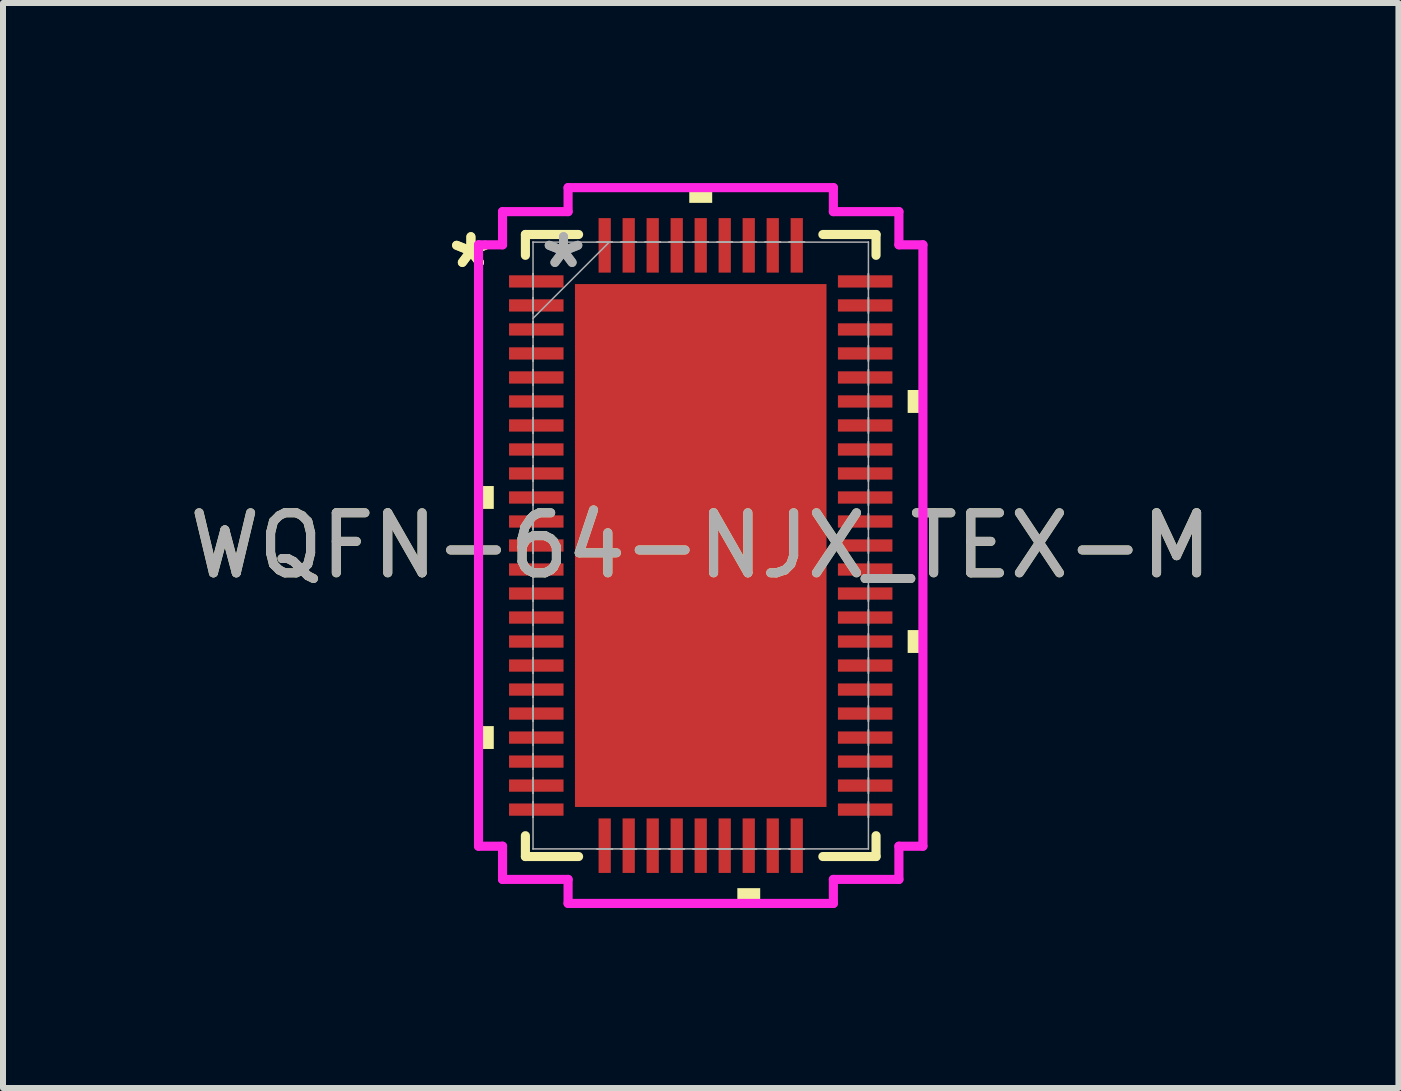
<source format=kicad_pcb>
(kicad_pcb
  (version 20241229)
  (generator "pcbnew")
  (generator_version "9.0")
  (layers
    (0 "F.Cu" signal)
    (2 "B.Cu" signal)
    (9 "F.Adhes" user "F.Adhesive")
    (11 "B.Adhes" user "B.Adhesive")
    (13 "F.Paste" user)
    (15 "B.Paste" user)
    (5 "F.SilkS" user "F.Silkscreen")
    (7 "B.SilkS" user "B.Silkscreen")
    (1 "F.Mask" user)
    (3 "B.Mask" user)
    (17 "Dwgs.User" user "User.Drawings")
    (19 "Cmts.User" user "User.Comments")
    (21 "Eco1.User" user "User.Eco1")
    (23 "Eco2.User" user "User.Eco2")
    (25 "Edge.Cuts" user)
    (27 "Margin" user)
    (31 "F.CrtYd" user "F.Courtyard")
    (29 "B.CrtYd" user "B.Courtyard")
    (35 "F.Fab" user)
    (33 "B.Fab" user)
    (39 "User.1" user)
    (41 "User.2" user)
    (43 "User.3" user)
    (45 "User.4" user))
  (footprint "WQFN-64-NJX_TEX-M"
    (layer "F.Cu")
    (at 8.625 6.039)
    (property "Reference" "WQFN-64-NJX_TEX-M" (at 0 0 0) (unlocked yes) (layer "F.SilkS") (effects (font (size 1 1) (thickness 0.15))))
    (attr smd)
    (fp_line (start -2.921 -5.182) (end -2.921 -4.835) (stroke (width 0.152) (type solid)) (layer "F.SilkS"))
    (fp_line (start -2.921 4.835) (end -2.921 5.182) (stroke (width 0.152) (type solid)) (layer "F.SilkS"))
    (fp_line (start -2.921 5.182) (end -2.035 5.182) (stroke (width 0.152) (type solid)) (layer "F.SilkS"))
    (fp_line (start -2.035 -5.182) (end -2.921 -5.182) (stroke (width 0.152) (type solid)) (layer "F.SilkS"))
    (fp_line (start 2.035 5.182) (end 2.921 5.182) (stroke (width 0.152) (type solid)) (layer "F.SilkS"))
    (fp_line (start 2.921 -5.182) (end 2.035 -5.182) (stroke (width 0.152) (type solid)) (layer "F.SilkS"))
    (fp_line (start 2.921 -4.835) (end 2.921 -5.182) (stroke (width 0.152) (type solid)) (layer "F.SilkS"))
    (fp_line (start 2.921 5.182) (end 2.921 4.835) (stroke (width 0.152) (type solid)) (layer "F.SilkS"))
    (fp_poly (pts (xy -3.702 -0.991) (xy -3.702 -0.61) (xy -3.448 -0.61) (xy -3.448 -0.991)) (stroke (width 0) (type solid)) (fill yes) (layer "F.SilkS"))
    (fp_poly (pts (xy -3.702 3.009) (xy -3.702 3.39) (xy -3.448 3.39) (xy -3.448 3.009)) (stroke (width 0) (type solid)) (fill yes) (layer "F.SilkS"))
    (fp_poly (pts (xy -0.191 -5.709) (xy -0.191 -5.963) (xy 0.191 -5.963) (xy 0.191 -5.709)) (stroke (width 0) (type solid)) (fill yes) (layer "F.SilkS"))
    (fp_poly (pts (xy 0.61 5.709) (xy 0.61 5.963) (xy 0.991 5.963) (xy 0.991 5.709)) (stroke (width 0) (type solid)) (fill yes) (layer "F.SilkS"))
    (fp_poly (pts (xy 3.702 -2.591) (xy 3.702 -2.209) (xy 3.448 -2.209) (xy 3.448 -2.591)) (stroke (width 0) (type solid)) (fill yes) (layer "F.SilkS"))
    (fp_poly (pts (xy 3.702 1.409) (xy 3.702 1.79) (xy 3.448 1.79) (xy 3.448 1.409)) (stroke (width 0) (type solid)) (fill yes) (layer "F.SilkS"))
    (fp_poly (pts (xy -1.996 -4.256) (xy -1.996 -3.004) (xy -0.798 -3.004) (xy -0.798 -4.256)) (stroke (width 0) (type solid)) (fill yes) (layer "F.Paste"))
    (fp_poly (pts (xy -1.996 -2.804) (xy -1.996 -1.552) (xy -0.798 -1.552) (xy -0.798 -2.804)) (stroke (width 0) (type solid)) (fill yes) (layer "F.Paste"))
    (fp_poly (pts (xy -1.996 -1.352) (xy -1.996 -0.1) (xy -0.798 -0.1) (xy -0.798 -1.352)) (stroke (width 0) (type solid)) (fill yes) (layer "F.Paste"))
    (fp_poly (pts (xy -1.996 0.1) (xy -1.996 1.352) (xy -0.798 1.352) (xy -0.798 0.1)) (stroke (width 0) (type solid)) (fill yes) (layer "F.Paste"))
    (fp_poly (pts (xy -1.996 1.552) (xy -1.996 2.804) (xy -0.798 2.804) (xy -0.798 1.552)) (stroke (width 0) (type solid)) (fill yes) (layer "F.Paste"))
    (fp_poly (pts (xy -1.996 3.004) (xy -1.996 4.256) (xy -0.798 4.256) (xy -0.798 3.004)) (stroke (width 0) (type solid)) (fill yes) (layer "F.Paste"))
    (fp_poly (pts (xy -0.599 -4.256) (xy -0.599 -3.004) (xy 0.599 -3.004) (xy 0.599 -4.256)) (stroke (width 0) (type solid)) (fill yes) (layer "F.Paste"))
    (fp_poly (pts (xy -0.599 -2.804) (xy -0.599 -1.552) (xy 0.599 -1.552) (xy 0.599 -2.804)) (stroke (width 0) (type solid)) (fill yes) (layer "F.Paste"))
    (fp_poly (pts (xy -0.599 -1.352) (xy -0.599 -0.1) (xy 0.599 -0.1) (xy 0.599 -1.352)) (stroke (width 0) (type solid)) (fill yes) (layer "F.Paste"))
    (fp_poly (pts (xy -0.599 0.1) (xy -0.599 1.352) (xy 0.599 1.352) (xy 0.599 0.1)) (stroke (width 0) (type solid)) (fill yes) (layer "F.Paste"))
    (fp_poly (pts (xy -0.599 1.552) (xy -0.599 2.804) (xy 0.599 2.804) (xy 0.599 1.552)) (stroke (width 0) (type solid)) (fill yes) (layer "F.Paste"))
    (fp_poly (pts (xy -0.599 3.004) (xy -0.599 4.256) (xy 0.599 4.256) (xy 0.599 3.004)) (stroke (width 0) (type solid)) (fill yes) (layer "F.Paste"))
    (fp_poly (pts (xy 0.798 -4.256) (xy 0.798 -3.004) (xy 1.996 -3.004) (xy 1.996 -4.256)) (stroke (width 0) (type solid)) (fill yes) (layer "F.Paste"))
    (fp_poly (pts (xy 0.798 -2.804) (xy 0.798 -1.552) (xy 1.996 -1.552) (xy 1.996 -2.804)) (stroke (width 0) (type solid)) (fill yes) (layer "F.Paste"))
    (fp_poly (pts (xy 0.798 -1.352) (xy 0.798 -0.1) (xy 1.996 -0.1) (xy 1.996 -1.352)) (stroke (width 0) (type solid)) (fill yes) (layer "F.Paste"))
    (fp_poly (pts (xy 0.798 0.1) (xy 0.798 1.352) (xy 1.996 1.352) (xy 1.996 0.1)) (stroke (width 0) (type solid)) (fill yes) (layer "F.Paste"))
    (fp_poly (pts (xy 0.798 1.552) (xy 0.798 2.804) (xy 1.996 2.804) (xy 1.996 1.552)) (stroke (width 0) (type solid)) (fill yes) (layer "F.Paste"))
    (fp_poly (pts (xy 0.798 3.004) (xy 0.798 4.256) (xy 1.996 4.256) (xy 1.996 3.004)) (stroke (width 0) (type solid)) (fill yes) (layer "F.Paste"))
    (fp_line (start -3.702 -5.01) (end -3.302 -5.01) (stroke (width 0.152) (type solid)) (layer "F.CrtYd"))
    (fp_line (start -3.702 5.01) (end -3.702 -5.01) (stroke (width 0.152) (type solid)) (layer "F.CrtYd"))
    (fp_line (start -3.302 -5.563) (end -2.21 -5.563) (stroke (width 0.152) (type solid)) (layer "F.CrtYd"))
    (fp_line (start -3.302 -5.01) (end -3.302 -5.563) (stroke (width 0.152) (type solid)) (layer "F.CrtYd"))
    (fp_line (start -3.302 5.01) (end -3.702 5.01) (stroke (width 0.152) (type solid)) (layer "F.CrtYd"))
    (fp_line (start -3.302 5.563) (end -3.302 5.01) (stroke (width 0.152) (type solid)) (layer "F.CrtYd"))
    (fp_line (start -2.21 -5.963) (end 2.21 -5.963) (stroke (width 0.152) (type solid)) (layer "F.CrtYd"))
    (fp_line (start -2.21 -5.563) (end -2.21 -5.963) (stroke (width 0.152) (type solid)) (layer "F.CrtYd"))
    (fp_line (start -2.21 5.563) (end -3.302 5.563) (stroke (width 0.152) (type solid)) (layer "F.CrtYd"))
    (fp_line (start -2.21 5.963) (end -2.21 5.563) (stroke (width 0.152) (type solid)) (layer "F.CrtYd"))
    (fp_line (start 2.21 -5.963) (end 2.21 -5.563) (stroke (width 0.152) (type solid)) (layer "F.CrtYd"))
    (fp_line (start 2.21 -5.563) (end 3.302 -5.563) (stroke (width 0.152) (type solid)) (layer "F.CrtYd"))
    (fp_line (start 2.21 5.563) (end 2.21 5.963) (stroke (width 0.152) (type solid)) (layer "F.CrtYd"))
    (fp_line (start 2.21 5.963) (end -2.21 5.963) (stroke (width 0.152) (type solid)) (layer "F.CrtYd"))
    (fp_line (start 3.302 -5.563) (end 3.302 -5.01) (stroke (width 0.152) (type solid)) (layer "F.CrtYd"))
    (fp_line (start 3.302 -5.01) (end 3.702 -5.01) (stroke (width 0.152) (type solid)) (layer "F.CrtYd"))
    (fp_line (start 3.302 5.01) (end 3.302 5.563) (stroke (width 0.152) (type solid)) (layer "F.CrtYd"))
    (fp_line (start 3.302 5.563) (end 2.21 5.563) (stroke (width 0.152) (type solid)) (layer "F.CrtYd"))
    (fp_line (start 3.702 -5.01) (end 3.702 5.01) (stroke (width 0.152) (type solid)) (layer "F.CrtYd"))
    (fp_line (start 3.702 5.01) (end 3.302 5.01) (stroke (width 0.152) (type solid)) (layer "F.CrtYd"))
    (fp_line (start -2.794 -5.055) (end -2.794 -5.055) (stroke (width 0.025) (type solid)) (layer "F.Fab"))
    (fp_line (start -2.794 -5.055) (end -2.794 5.055) (stroke (width 0.025) (type solid)) (layer "F.Fab"))
    (fp_line (start -2.794 -4.527) (end -2.794 -4.527) (stroke (width 0.025) (type solid)) (layer "F.Fab"))
    (fp_line (start -2.794 -4.527) (end -2.794 -4.273) (stroke (width 0.025) (type solid)) (layer "F.Fab"))
    (fp_line (start -2.794 -4.273) (end -2.794 -4.527) (stroke (width 0.025) (type solid)) (layer "F.Fab"))
    (fp_line (start -2.794 -4.273) (end -2.794 -4.273) (stroke (width 0.025) (type solid)) (layer "F.Fab"))
    (fp_line (start -2.794 -4.127) (end -2.794 -4.127) (stroke (width 0.025) (type solid)) (layer "F.Fab"))
    (fp_line (start -2.794 -4.127) (end -2.794 -3.873) (stroke (width 0.025) (type solid)) (layer "F.Fab"))
    (fp_line (start -2.794 -3.873) (end -2.794 -4.127) (stroke (width 0.025) (type solid)) (layer "F.Fab"))
    (fp_line (start -2.794 -3.873) (end -2.794 -3.873) (stroke (width 0.025) (type solid)) (layer "F.Fab"))
    (fp_line (start -2.794 -3.785) (end -1.524 -5.055) (stroke (width 0.025) (type solid)) (layer "F.Fab"))
    (fp_line (start -2.794 -3.727) (end -2.794 -3.727) (stroke (width 0.025) (type solid)) (layer "F.Fab"))
    (fp_line (start -2.794 -3.727) (end -2.794 -3.473) (stroke (width 0.025) (type solid)) (layer "F.Fab"))
    (fp_line (start -2.794 -3.473) (end -2.794 -3.727) (stroke (width 0.025) (type solid)) (layer "F.Fab"))
    (fp_line (start -2.794 -3.473) (end -2.794 -3.473) (stroke (width 0.025) (type solid)) (layer "F.Fab"))
    (fp_line (start -2.794 -3.327) (end -2.794 -3.327) (stroke (width 0.025) (type solid)) (layer "F.Fab"))
    (fp_line (start -2.794 -3.327) (end -2.794 -3.073) (stroke (width 0.025) (type solid)) (layer "F.Fab"))
    (fp_line (start -2.794 -3.073) (end -2.794 -3.327) (stroke (width 0.025) (type solid)) (layer "F.Fab"))
    (fp_line (start -2.794 -3.073) (end -2.794 -3.073) (stroke (width 0.025) (type solid)) (layer "F.Fab"))
    (fp_line (start -2.794 -2.927) (end -2.794 -2.927) (stroke (width 0.025) (type solid)) (layer "F.Fab"))
    (fp_line (start -2.794 -2.927) (end -2.794 -2.673) (stroke (width 0.025) (type solid)) (layer "F.Fab"))
    (fp_line (start -2.794 -2.673) (end -2.794 -2.927) (stroke (width 0.025) (type solid)) (layer "F.Fab"))
    (fp_line (start -2.794 -2.673) (end -2.794 -2.673) (stroke (width 0.025) (type solid)) (layer "F.Fab"))
    (fp_line (start -2.794 -2.527) (end -2.794 -2.527) (stroke (width 0.025) (type solid)) (layer "F.Fab"))
    (fp_line (start -2.794 -2.527) (end -2.794 -2.273) (stroke (width 0.025) (type solid)) (layer "F.Fab"))
    (fp_line (start -2.794 -2.273) (end -2.794 -2.527) (stroke (width 0.025) (type solid)) (layer "F.Fab"))
    (fp_line (start -2.794 -2.273) (end -2.794 -2.273) (stroke (width 0.025) (type solid)) (layer "F.Fab"))
    (fp_line (start -2.794 -2.127) (end -2.794 -2.127) (stroke (width 0.025) (type solid)) (layer "F.Fab"))
    (fp_line (start -2.794 -2.127) (end -2.794 -1.873) (stroke (width 0.025) (type solid)) (layer "F.Fab"))
    (fp_line (start -2.794 -1.873) (end -2.794 -2.127) (stroke (width 0.025) (type solid)) (layer "F.Fab"))
    (fp_line (start -2.794 -1.873) (end -2.794 -1.873) (stroke (width 0.025) (type solid)) (layer "F.Fab"))
    (fp_line (start -2.794 -1.727) (end -2.794 -1.727) (stroke (width 0.025) (type solid)) (layer "F.Fab"))
    (fp_line (start -2.794 -1.727) (end -2.794 -1.473) (stroke (width 0.025) (type solid)) (layer "F.Fab"))
    (fp_line (start -2.794 -1.473) (end -2.794 -1.727) (stroke (width 0.025) (type solid)) (layer "F.Fab"))
    (fp_line (start -2.794 -1.473) (end -2.794 -1.473) (stroke (width 0.025) (type solid)) (layer "F.Fab"))
    (fp_line (start -2.794 -1.327) (end -2.794 -1.327) (stroke (width 0.025) (type solid)) (layer "F.Fab"))
    (fp_line (start -2.794 -1.327) (end -2.794 -1.073) (stroke (width 0.025) (type solid)) (layer "F.Fab"))
    (fp_line (start -2.794 -1.073) (end -2.794 -1.327) (stroke (width 0.025) (type solid)) (layer "F.Fab"))
    (fp_line (start -2.794 -1.073) (end -2.794 -1.073) (stroke (width 0.025) (type solid)) (layer "F.Fab"))
    (fp_line (start -2.794 -0.927) (end -2.794 -0.927) (stroke (width 0.025) (type solid)) (layer "F.Fab"))
    (fp_line (start -2.794 -0.927) (end -2.794 -0.673) (stroke (width 0.025) (type solid)) (layer "F.Fab"))
    (fp_line (start -2.794 -0.673) (end -2.794 -0.927) (stroke (width 0.025) (type solid)) (layer "F.Fab"))
    (fp_line (start -2.794 -0.673) (end -2.794 -0.673) (stroke (width 0.025) (type solid)) (layer "F.Fab"))
    (fp_line (start -2.794 -0.527) (end -2.794 -0.527) (stroke (width 0.025) (type solid)) (layer "F.Fab"))
    (fp_line (start -2.794 -0.527) (end -2.794 -0.273) (stroke (width 0.025) (type solid)) (layer "F.Fab"))
    (fp_line (start -2.794 -0.273) (end -2.794 -0.527) (stroke (width 0.025) (type solid)) (layer "F.Fab"))
    (fp_line (start -2.794 -0.273) (end -2.794 -0.273) (stroke (width 0.025) (type solid)) (layer "F.Fab"))
    (fp_line (start -2.794 -0.127) (end -2.794 -0.127) (stroke (width 0.025) (type solid)) (layer "F.Fab"))
    (fp_line (start -2.794 -0.127) (end -2.794 0.127) (stroke (width 0.025) (type solid)) (layer "F.Fab"))
    (fp_line (start -2.794 0.127) (end -2.794 -0.127) (stroke (width 0.025) (type solid)) (layer "F.Fab"))
    (fp_line (start -2.794 0.127) (end -2.794 0.127) (stroke (width 0.025) (type solid)) (layer "F.Fab"))
    (fp_line (start -2.794 0.273) (end -2.794 0.273) (stroke (width 0.025) (type solid)) (layer "F.Fab"))
    (fp_line (start -2.794 0.273) (end -2.794 0.527) (stroke (width 0.025) (type solid)) (layer "F.Fab"))
    (fp_line (start -2.794 0.527) (end -2.794 0.273) (stroke (width 0.025) (type solid)) (layer "F.Fab"))
    (fp_line (start -2.794 0.527) (end -2.794 0.527) (stroke (width 0.025) (type solid)) (layer "F.Fab"))
    (fp_line (start -2.794 0.673) (end -2.794 0.673) (stroke (width 0.025) (type solid)) (layer "F.Fab"))
    (fp_line (start -2.794 0.673) (end -2.794 0.927) (stroke (width 0.025) (type solid)) (layer "F.Fab"))
    (fp_line (start -2.794 0.927) (end -2.794 0.673) (stroke (width 0.025) (type solid)) (layer "F.Fab"))
    (fp_line (start -2.794 0.927) (end -2.794 0.927) (stroke (width 0.025) (type solid)) (layer "F.Fab"))
    (fp_line (start -2.794 1.073) (end -2.794 1.073) (stroke (width 0.025) (type solid)) (layer "F.Fab"))
    (fp_line (start -2.794 1.073) (end -2.794 1.327) (stroke (width 0.025) (type solid)) (layer "F.Fab"))
    (fp_line (start -2.794 1.327) (end -2.794 1.073) (stroke (width 0.025) (type solid)) (layer "F.Fab"))
    (fp_line (start -2.794 1.327) (end -2.794 1.327) (stroke (width 0.025) (type solid)) (layer "F.Fab"))
    (fp_line (start -2.794 1.473) (end -2.794 1.473) (stroke (width 0.025) (type solid)) (layer "F.Fab"))
    (fp_line (start -2.794 1.473) (end -2.794 1.727) (stroke (width 0.025) (type solid)) (layer "F.Fab"))
    (fp_line (start -2.794 1.727) (end -2.794 1.473) (stroke (width 0.025) (type solid)) (layer "F.Fab"))
    (fp_line (start -2.794 1.727) (end -2.794 1.727) (stroke (width 0.025) (type solid)) (layer "F.Fab"))
    (fp_line (start -2.794 1.873) (end -2.794 1.873) (stroke (width 0.025) (type solid)) (layer "F.Fab"))
    (fp_line (start -2.794 1.873) (end -2.794 2.127) (stroke (width 0.025) (type solid)) (layer "F.Fab"))
    (fp_line (start -2.794 2.127) (end -2.794 1.873) (stroke (width 0.025) (type solid)) (layer "F.Fab"))
    (fp_line (start -2.794 2.127) (end -2.794 2.127) (stroke (width 0.025) (type solid)) (layer "F.Fab"))
    (fp_line (start -2.794 2.273) (end -2.794 2.273) (stroke (width 0.025) (type solid)) (layer "F.Fab"))
    (fp_line (start -2.794 2.273) (end -2.794 2.527) (stroke (width 0.025) (type solid)) (layer "F.Fab"))
    (fp_line (start -2.794 2.527) (end -2.794 2.273) (stroke (width 0.025) (type solid)) (layer "F.Fab"))
    (fp_line (start -2.794 2.527) (end -2.794 2.527) (stroke (width 0.025) (type solid)) (layer "F.Fab"))
    (fp_line (start -2.794 2.673) (end -2.794 2.673) (stroke (width 0.025) (type solid)) (layer "F.Fab"))
    (fp_line (start -2.794 2.673) (end -2.794 2.927) (stroke (width 0.025) (type solid)) (layer "F.Fab"))
    (fp_line (start -2.794 2.927) (end -2.794 2.673) (stroke (width 0.025) (type solid)) (layer "F.Fab"))
    (fp_line (start -2.794 2.927) (end -2.794 2.927) (stroke (width 0.025) (type solid)) (layer "F.Fab"))
    (fp_line (start -2.794 3.073) (end -2.794 3.073) (stroke (width 0.025) (type solid)) (layer "F.Fab"))
    (fp_line (start -2.794 3.073) (end -2.794 3.327) (stroke (width 0.025) (type solid)) (layer "F.Fab"))
    (fp_line (start -2.794 3.327) (end -2.794 3.073) (stroke (width 0.025) (type solid)) (layer "F.Fab"))
    (fp_line (start -2.794 3.327) (end -2.794 3.327) (stroke (width 0.025) (type solid)) (layer "F.Fab"))
    (fp_line (start -2.794 3.473) (end -2.794 3.473) (stroke (width 0.025) (type solid)) (layer "F.Fab"))
    (fp_line (start -2.794 3.473) (end -2.794 3.727) (stroke (width 0.025) (type solid)) (layer "F.Fab"))
    (fp_line (start -2.794 3.727) (end -2.794 3.473) (stroke (width 0.025) (type solid)) (layer "F.Fab"))
    (fp_line (start -2.794 3.727) (end -2.794 3.727) (stroke (width 0.025) (type solid)) (layer "F.Fab"))
    (fp_line (start -2.794 3.873) (end -2.794 3.873) (stroke (width 0.025) (type solid)) (layer "F.Fab"))
    (fp_line (start -2.794 3.873) (end -2.794 4.127) (stroke (width 0.025) (type solid)) (layer "F.Fab"))
    (fp_line (start -2.794 4.127) (end -2.794 3.873) (stroke (width 0.025) (type solid)) (layer "F.Fab"))
    (fp_line (start -2.794 4.127) (end -2.794 4.127) (stroke (width 0.025) (type solid)) (layer "F.Fab"))
    (fp_line (start -2.794 4.273) (end -2.794 4.273) (stroke (width 0.025) (type solid)) (layer "F.Fab"))
    (fp_line (start -2.794 4.273) (end -2.794 4.527) (stroke (width 0.025) (type solid)) (layer "F.Fab"))
    (fp_line (start -2.794 4.527) (end -2.794 4.273) (stroke (width 0.025) (type solid)) (layer "F.Fab"))
    (fp_line (start -2.794 4.527) (end -2.794 4.527) (stroke (width 0.025) (type solid)) (layer "F.Fab"))
    (fp_line (start -2.794 5.055) (end -2.794 5.055) (stroke (width 0.025) (type solid)) (layer "F.Fab"))
    (fp_line (start -2.794 5.055) (end 2.794 5.055) (stroke (width 0.025) (type solid)) (layer "F.Fab"))
    (fp_line (start -1.727 -5.055) (end -1.727 -5.055) (stroke (width 0.025) (type solid)) (layer "F.Fab"))
    (fp_line (start -1.727 -5.055) (end -1.473 -5.055) (stroke (width 0.025) (type solid)) (layer "F.Fab"))
    (fp_line (start -1.727 5.055) (end -1.727 5.055) (stroke (width 0.025) (type solid)) (layer "F.Fab"))
    (fp_line (start -1.727 5.055) (end -1.473 5.055) (stroke (width 0.025) (type solid)) (layer "F.Fab"))
    (fp_line (start -1.473 -5.055) (end -1.727 -5.055) (stroke (width 0.025) (type solid)) (layer "F.Fab"))
    (fp_line (start -1.473 -5.055) (end -1.473 -5.055) (stroke (width 0.025) (type solid)) (layer "F.Fab"))
    (fp_line (start -1.473 5.055) (end -1.727 5.055) (stroke (width 0.025) (type solid)) (layer "F.Fab"))
    (fp_line (start -1.473 5.055) (end -1.473 5.055) (stroke (width 0.025) (type solid)) (layer "F.Fab"))
    (fp_line (start -1.327 -5.055) (end -1.327 -5.055) (stroke (width 0.025) (type solid)) (layer "F.Fab"))
    (fp_line (start -1.327 -5.055) (end -1.073 -5.055) (stroke (width 0.025) (type solid)) (layer "F.Fab"))
    (fp_line (start -1.327 5.055) (end -1.327 5.055) (stroke (width 0.025) (type solid)) (layer "F.Fab"))
    (fp_line (start -1.327 5.055) (end -1.073 5.055) (stroke (width 0.025) (type solid)) (layer "F.Fab"))
    (fp_line (start -1.073 -5.055) (end -1.327 -5.055) (stroke (width 0.025) (type solid)) (layer "F.Fab"))
    (fp_line (start -1.073 -5.055) (end -1.073 -5.055) (stroke (width 0.025) (type solid)) (layer "F.Fab"))
    (fp_line (start -1.073 5.055) (end -1.327 5.055) (stroke (width 0.025) (type solid)) (layer "F.Fab"))
    (fp_line (start -1.073 5.055) (end -1.073 5.055) (stroke (width 0.025) (type solid)) (layer "F.Fab"))
    (fp_line (start -0.927 -5.055) (end -0.927 -5.055) (stroke (width 0.025) (type solid)) (layer "F.Fab"))
    (fp_line (start -0.927 -5.055) (end -0.673 -5.055) (stroke (width 0.025) (type solid)) (layer "F.Fab"))
    (fp_line (start -0.927 5.055) (end -0.927 5.055) (stroke (width 0.025) (type solid)) (layer "F.Fab"))
    (fp_line (start -0.927 5.055) (end -0.673 5.055) (stroke (width 0.025) (type solid)) (layer "F.Fab"))
    (fp_line (start -0.673 -5.055) (end -0.927 -5.055) (stroke (width 0.025) (type solid)) (layer "F.Fab"))
    (fp_line (start -0.673 -5.055) (end -0.673 -5.055) (stroke (width 0.025) (type solid)) (layer "F.Fab"))
    (fp_line (start -0.673 5.055) (end -0.927 5.055) (stroke (width 0.025) (type solid)) (layer "F.Fab"))
    (fp_line (start -0.673 5.055) (end -0.673 5.055) (stroke (width 0.025) (type solid)) (layer "F.Fab"))
    (fp_line (start -0.527 -5.055) (end -0.527 -5.055) (stroke (width 0.025) (type solid)) (layer "F.Fab"))
    (fp_line (start -0.527 -5.055) (end -0.273 -5.055) (stroke (width 0.025) (type solid)) (layer "F.Fab"))
    (fp_line (start -0.527 5.055) (end -0.527 5.055) (stroke (width 0.025) (type solid)) (layer "F.Fab"))
    (fp_line (start -0.527 5.055) (end -0.273 5.055) (stroke (width 0.025) (type solid)) (layer "F.Fab"))
    (fp_line (start -0.273 -5.055) (end -0.527 -5.055) (stroke (width 0.025) (type solid)) (layer "F.Fab"))
    (fp_line (start -0.273 -5.055) (end -0.273 -5.055) (stroke (width 0.025) (type solid)) (layer "F.Fab"))
    (fp_line (start -0.273 5.055) (end -0.527 5.055) (stroke (width 0.025) (type solid)) (layer "F.Fab"))
    (fp_line (start -0.273 5.055) (end -0.273 5.055) (stroke (width 0.025) (type solid)) (layer "F.Fab"))
    (fp_line (start -0.127 -5.055) (end -0.127 -5.055) (stroke (width 0.025) (type solid)) (layer "F.Fab"))
    (fp_line (start -0.127 -5.055) (end 0.127 -5.055) (stroke (width 0.025) (type solid)) (layer "F.Fab"))
    (fp_line (start -0.127 5.055) (end -0.127 5.055) (stroke (width 0.025) (type solid)) (layer "F.Fab"))
    (fp_line (start -0.127 5.055) (end 0.127 5.055) (stroke (width 0.025) (type solid)) (layer "F.Fab"))
    (fp_line (start 0.127 -5.055) (end -0.127 -5.055) (stroke (width 0.025) (type solid)) (layer "F.Fab"))
    (fp_line (start 0.127 -5.055) (end 0.127 -5.055) (stroke (width 0.025) (type solid)) (layer "F.Fab"))
    (fp_line (start 0.127 5.055) (end -0.127 5.055) (stroke (width 0.025) (type solid)) (layer "F.Fab"))
    (fp_line (start 0.127 5.055) (end 0.127 5.055) (stroke (width 0.025) (type solid)) (layer "F.Fab"))
    (fp_line (start 0.273 -5.055) (end 0.273 -5.055) (stroke (width 0.025) (type solid)) (layer "F.Fab"))
    (fp_line (start 0.273 -5.055) (end 0.527 -5.055) (stroke (width 0.025) (type solid)) (layer "F.Fab"))
    (fp_line (start 0.273 5.055) (end 0.273 5.055) (stroke (width 0.025) (type solid)) (layer "F.Fab"))
    (fp_line (start 0.273 5.055) (end 0.527 5.055) (stroke (width 0.025) (type solid)) (layer "F.Fab"))
    (fp_line (start 0.527 -5.055) (end 0.273 -5.055) (stroke (width 0.025) (type solid)) (layer "F.Fab"))
    (fp_line (start 0.527 -5.055) (end 0.527 -5.055) (stroke (width 0.025) (type solid)) (layer "F.Fab"))
    (fp_line (start 0.527 5.055) (end 0.273 5.055) (stroke (width 0.025) (type solid)) (layer "F.Fab"))
    (fp_line (start 0.527 5.055) (end 0.527 5.055) (stroke (width 0.025) (type solid)) (layer "F.Fab"))
    (fp_line (start 0.673 -5.055) (end 0.673 -5.055) (stroke (width 0.025) (type solid)) (layer "F.Fab"))
    (fp_line (start 0.673 -5.055) (end 0.927 -5.055) (stroke (width 0.025) (type solid)) (layer "F.Fab"))
    (fp_line (start 0.673 5.055) (end 0.673 5.055) (stroke (width 0.025) (type solid)) (layer "F.Fab"))
    (fp_line (start 0.673 5.055) (end 0.927 5.055) (stroke (width 0.025) (type solid)) (layer "F.Fab"))
    (fp_line (start 0.927 -5.055) (end 0.673 -5.055) (stroke (width 0.025) (type solid)) (layer "F.Fab"))
    (fp_line (start 0.927 -5.055) (end 0.927 -5.055) (stroke (width 0.025) (type solid)) (layer "F.Fab"))
    (fp_line (start 0.927 5.055) (end 0.673 5.055) (stroke (width 0.025) (type solid)) (layer "F.Fab"))
    (fp_line (start 0.927 5.055) (end 0.927 5.055) (stroke (width 0.025) (type solid)) (layer "F.Fab"))
    (fp_line (start 1.073 -5.055) (end 1.073 -5.055) (stroke (width 0.025) (type solid)) (layer "F.Fab"))
    (fp_line (start 1.073 -5.055) (end 1.327 -5.055) (stroke (width 0.025) (type solid)) (layer "F.Fab"))
    (fp_line (start 1.073 5.055) (end 1.073 5.055) (stroke (width 0.025) (type solid)) (layer "F.Fab"))
    (fp_line (start 1.073 5.055) (end 1.327 5.055) (stroke (width 0.025) (type solid)) (layer "F.Fab"))
    (fp_line (start 1.327 -5.055) (end 1.073 -5.055) (stroke (width 0.025) (type solid)) (layer "F.Fab"))
    (fp_line (start 1.327 -5.055) (end 1.327 -5.055) (stroke (width 0.025) (type solid)) (layer "F.Fab"))
    (fp_line (start 1.327 5.055) (end 1.073 5.055) (stroke (width 0.025) (type solid)) (layer "F.Fab"))
    (fp_line (start 1.327 5.055) (end 1.327 5.055) (stroke (width 0.025) (type solid)) (layer "F.Fab"))
    (fp_line (start 1.473 -5.055) (end 1.473 -5.055) (stroke (width 0.025) (type solid)) (layer "F.Fab"))
    (fp_line (start 1.473 -5.055) (end 1.727 -5.055) (stroke (width 0.025) (type solid)) (layer "F.Fab"))
    (fp_line (start 1.473 5.055) (end 1.473 5.055) (stroke (width 0.025) (type solid)) (layer "F.Fab"))
    (fp_line (start 1.473 5.055) (end 1.727 5.055) (stroke (width 0.025) (type solid)) (layer "F.Fab"))
    (fp_line (start 1.727 -5.055) (end 1.473 -5.055) (stroke (width 0.025) (type solid)) (layer "F.Fab"))
    (fp_line (start 1.727 -5.055) (end 1.727 -5.055) (stroke (width 0.025) (type solid)) (layer "F.Fab"))
    (fp_line (start 1.727 5.055) (end 1.473 5.055) (stroke (width 0.025) (type solid)) (layer "F.Fab"))
    (fp_line (start 1.727 5.055) (end 1.727 5.055) (stroke (width 0.025) (type solid)) (layer "F.Fab"))
    (fp_line (start 2.794 -5.055) (end -2.794 -5.055) (stroke (width 0.025) (type solid)) (layer "F.Fab"))
    (fp_line (start 2.794 -5.055) (end 2.794 -5.055) (stroke (width 0.025) (type solid)) (layer "F.Fab"))
    (fp_line (start 2.794 -4.527) (end 2.794 -4.527) (stroke (width 0.025) (type solid)) (layer "F.Fab"))
    (fp_line (start 2.794 -4.527) (end 2.794 -4.273) (stroke (width 0.025) (type solid)) (layer "F.Fab"))
    (fp_line (start 2.794 -4.273) (end 2.794 -4.527) (stroke (width 0.025) (type solid)) (layer "F.Fab"))
    (fp_line (start 2.794 -4.273) (end 2.794 -4.273) (stroke (width 0.025) (type solid)) (layer "F.Fab"))
    (fp_line (start 2.794 -4.127) (end 2.794 -4.127) (stroke (width 0.025) (type solid)) (layer "F.Fab"))
    (fp_line (start 2.794 -4.127) (end 2.794 -3.873) (stroke (width 0.025) (type solid)) (layer "F.Fab"))
    (fp_line (start 2.794 -3.873) (end 2.794 -4.127) (stroke (width 0.025) (type solid)) (layer "F.Fab"))
    (fp_line (start 2.794 -3.873) (end 2.794 -3.873) (stroke (width 0.025) (type solid)) (layer "F.Fab"))
    (fp_line (start 2.794 -3.727) (end 2.794 -3.727) (stroke (width 0.025) (type solid)) (layer "F.Fab"))
    (fp_line (start 2.794 -3.727) (end 2.794 -3.473) (stroke (width 0.025) (type solid)) (layer "F.Fab"))
    (fp_line (start 2.794 -3.473) (end 2.794 -3.727) (stroke (width 0.025) (type solid)) (layer "F.Fab"))
    (fp_line (start 2.794 -3.473) (end 2.794 -3.473) (stroke (width 0.025) (type solid)) (layer "F.Fab"))
    (fp_line (start 2.794 -3.327) (end 2.794 -3.327) (stroke (width 0.025) (type solid)) (layer "F.Fab"))
    (fp_line (start 2.794 -3.327) (end 2.794 -3.073) (stroke (width 0.025) (type solid)) (layer "F.Fab"))
    (fp_line (start 2.794 -3.073) (end 2.794 -3.327) (stroke (width 0.025) (type solid)) (layer "F.Fab"))
    (fp_line (start 2.794 -3.073) (end 2.794 -3.073) (stroke (width 0.025) (type solid)) (layer "F.Fab"))
    (fp_line (start 2.794 -2.927) (end 2.794 -2.927) (stroke (width 0.025) (type solid)) (layer "F.Fab"))
    (fp_line (start 2.794 -2.927) (end 2.794 -2.673) (stroke (width 0.025) (type solid)) (layer "F.Fab"))
    (fp_line (start 2.794 -2.673) (end 2.794 -2.927) (stroke (width 0.025) (type solid)) (layer "F.Fab"))
    (fp_line (start 2.794 -2.673) (end 2.794 -2.673) (stroke (width 0.025) (type solid)) (layer "F.Fab"))
    (fp_line (start 2.794 -2.527) (end 2.794 -2.527) (stroke (width 0.025) (type solid)) (layer "F.Fab"))
    (fp_line (start 2.794 -2.527) (end 2.794 -2.273) (stroke (width 0.025) (type solid)) (layer "F.Fab"))
    (fp_line (start 2.794 -2.273) (end 2.794 -2.527) (stroke (width 0.025) (type solid)) (layer "F.Fab"))
    (fp_line (start 2.794 -2.273) (end 2.794 -2.273) (stroke (width 0.025) (type solid)) (layer "F.Fab"))
    (fp_line (start 2.794 -2.127) (end 2.794 -2.127) (stroke (width 0.025) (type solid)) (layer "F.Fab"))
    (fp_line (start 2.794 -2.127) (end 2.794 -1.873) (stroke (width 0.025) (type solid)) (layer "F.Fab"))
    (fp_line (start 2.794 -1.873) (end 2.794 -2.127) (stroke (width 0.025) (type solid)) (layer "F.Fab"))
    (fp_line (start 2.794 -1.873) (end 2.794 -1.873) (stroke (width 0.025) (type solid)) (layer "F.Fab"))
    (fp_line (start 2.794 -1.727) (end 2.794 -1.727) (stroke (width 0.025) (type solid)) (layer "F.Fab"))
    (fp_line (start 2.794 -1.727) (end 2.794 -1.473) (stroke (width 0.025) (type solid)) (layer "F.Fab"))
    (fp_line (start 2.794 -1.473) (end 2.794 -1.727) (stroke (width 0.025) (type solid)) (layer "F.Fab"))
    (fp_line (start 2.794 -1.473) (end 2.794 -1.473) (stroke (width 0.025) (type solid)) (layer "F.Fab"))
    (fp_line (start 2.794 -1.327) (end 2.794 -1.327) (stroke (width 0.025) (type solid)) (layer "F.Fab"))
    (fp_line (start 2.794 -1.327) (end 2.794 -1.073) (stroke (width 0.025) (type solid)) (layer "F.Fab"))
    (fp_line (start 2.794 -1.073) (end 2.794 -1.327) (stroke (width 0.025) (type solid)) (layer "F.Fab"))
    (fp_line (start 2.794 -1.073) (end 2.794 -1.073) (stroke (width 0.025) (type solid)) (layer "F.Fab"))
    (fp_line (start 2.794 -0.927) (end 2.794 -0.927) (stroke (width 0.025) (type solid)) (layer "F.Fab"))
    (fp_line (start 2.794 -0.927) (end 2.794 -0.673) (stroke (width 0.025) (type solid)) (layer "F.Fab"))
    (fp_line (start 2.794 -0.673) (end 2.794 -0.927) (stroke (width 0.025) (type solid)) (layer "F.Fab"))
    (fp_line (start 2.794 -0.673) (end 2.794 -0.673) (stroke (width 0.025) (type solid)) (layer "F.Fab"))
    (fp_line (start 2.794 -0.527) (end 2.794 -0.527) (stroke (width 0.025) (type solid)) (layer "F.Fab"))
    (fp_line (start 2.794 -0.527) (end 2.794 -0.273) (stroke (width 0.025) (type solid)) (layer "F.Fab"))
    (fp_line (start 2.794 -0.273) (end 2.794 -0.527) (stroke (width 0.025) (type solid)) (layer "F.Fab"))
    (fp_line (start 2.794 -0.273) (end 2.794 -0.273) (stroke (width 0.025) (type solid)) (layer "F.Fab"))
    (fp_line (start 2.794 -0.127) (end 2.794 -0.127) (stroke (width 0.025) (type solid)) (layer "F.Fab"))
    (fp_line (start 2.794 -0.127) (end 2.794 0.127) (stroke (width 0.025) (type solid)) (layer "F.Fab"))
    (fp_line (start 2.794 0.127) (end 2.794 -0.127) (stroke (width 0.025) (type solid)) (layer "F.Fab"))
    (fp_line (start 2.794 0.127) (end 2.794 0.127) (stroke (width 0.025) (type solid)) (layer "F.Fab"))
    (fp_line (start 2.794 0.273) (end 2.794 0.273) (stroke (width 0.025) (type solid)) (layer "F.Fab"))
    (fp_line (start 2.794 0.273) (end 2.794 0.527) (stroke (width 0.025) (type solid)) (layer "F.Fab"))
    (fp_line (start 2.794 0.527) (end 2.794 0.273) (stroke (width 0.025) (type solid)) (layer "F.Fab"))
    (fp_line (start 2.794 0.527) (end 2.794 0.527) (stroke (width 0.025) (type solid)) (layer "F.Fab"))
    (fp_line (start 2.794 0.673) (end 2.794 0.673) (stroke (width 0.025) (type solid)) (layer "F.Fab"))
    (fp_line (start 2.794 0.673) (end 2.794 0.927) (stroke (width 0.025) (type solid)) (layer "F.Fab"))
    (fp_line (start 2.794 0.927) (end 2.794 0.673) (stroke (width 0.025) (type solid)) (layer "F.Fab"))
    (fp_line (start 2.794 0.927) (end 2.794 0.927) (stroke (width 0.025) (type solid)) (layer "F.Fab"))
    (fp_line (start 2.794 1.073) (end 2.794 1.073) (stroke (width 0.025) (type solid)) (layer "F.Fab"))
    (fp_line (start 2.794 1.073) (end 2.794 1.327) (stroke (width 0.025) (type solid)) (layer "F.Fab"))
    (fp_line (start 2.794 1.327) (end 2.794 1.073) (stroke (width 0.025) (type solid)) (layer "F.Fab"))
    (fp_line (start 2.794 1.327) (end 2.794 1.327) (stroke (width 0.025) (type solid)) (layer "F.Fab"))
    (fp_line (start 2.794 1.473) (end 2.794 1.473) (stroke (width 0.025) (type solid)) (layer "F.Fab"))
    (fp_line (start 2.794 1.473) (end 2.794 1.727) (stroke (width 0.025) (type solid)) (layer "F.Fab"))
    (fp_line (start 2.794 1.727) (end 2.794 1.473) (stroke (width 0.025) (type solid)) (layer "F.Fab"))
    (fp_line (start 2.794 1.727) (end 2.794 1.727) (stroke (width 0.025) (type solid)) (layer "F.Fab"))
    (fp_line (start 2.794 1.873) (end 2.794 1.873) (stroke (width 0.025) (type solid)) (layer "F.Fab"))
    (fp_line (start 2.794 1.873) (end 2.794 2.127) (stroke (width 0.025) (type solid)) (layer "F.Fab"))
    (fp_line (start 2.794 2.127) (end 2.794 1.873) (stroke (width 0.025) (type solid)) (layer "F.Fab"))
    (fp_line (start 2.794 2.127) (end 2.794 2.127) (stroke (width 0.025) (type solid)) (layer "F.Fab"))
    (fp_line (start 2.794 2.273) (end 2.794 2.273) (stroke (width 0.025) (type solid)) (layer "F.Fab"))
    (fp_line (start 2.794 2.273) (end 2.794 2.527) (stroke (width 0.025) (type solid)) (layer "F.Fab"))
    (fp_line (start 2.794 2.527) (end 2.794 2.273) (stroke (width 0.025) (type solid)) (layer "F.Fab"))
    (fp_line (start 2.794 2.527) (end 2.794 2.527) (stroke (width 0.025) (type solid)) (layer "F.Fab"))
    (fp_line (start 2.794 2.673) (end 2.794 2.673) (stroke (width 0.025) (type solid)) (layer "F.Fab"))
    (fp_line (start 2.794 2.673) (end 2.794 2.927) (stroke (width 0.025) (type solid)) (layer "F.Fab"))
    (fp_line (start 2.794 2.927) (end 2.794 2.673) (stroke (width 0.025) (type solid)) (layer "F.Fab"))
    (fp_line (start 2.794 2.927) (end 2.794 2.927) (stroke (width 0.025) (type solid)) (layer "F.Fab"))
    (fp_line (start 2.794 3.073) (end 2.794 3.073) (stroke (width 0.025) (type solid)) (layer "F.Fab"))
    (fp_line (start 2.794 3.073) (end 2.794 3.327) (stroke (width 0.025) (type solid)) (layer "F.Fab"))
    (fp_line (start 2.794 3.327) (end 2.794 3.073) (stroke (width 0.025) (type solid)) (layer "F.Fab"))
    (fp_line (start 2.794 3.327) (end 2.794 3.327) (stroke (width 0.025) (type solid)) (layer "F.Fab"))
    (fp_line (start 2.794 3.473) (end 2.794 3.473) (stroke (width 0.025) (type solid)) (layer "F.Fab"))
    (fp_line (start 2.794 3.473) (end 2.794 3.727) (stroke (width 0.025) (type solid)) (layer "F.Fab"))
    (fp_line (start 2.794 3.727) (end 2.794 3.473) (stroke (width 0.025) (type solid)) (layer "F.Fab"))
    (fp_line (start 2.794 3.727) (end 2.794 3.727) (stroke (width 0.025) (type solid)) (layer "F.Fab"))
    (fp_line (start 2.794 3.873) (end 2.794 3.873) (stroke (width 0.025) (type solid)) (layer "F.Fab"))
    (fp_line (start 2.794 3.873) (end 2.794 4.127) (stroke (width 0.025) (type solid)) (layer "F.Fab"))
    (fp_line (start 2.794 4.127) (end 2.794 3.873) (stroke (width 0.025) (type solid)) (layer "F.Fab"))
    (fp_line (start 2.794 4.127) (end 2.794 4.127) (stroke (width 0.025) (type solid)) (layer "F.Fab"))
    (fp_line (start 2.794 4.273) (end 2.794 4.273) (stroke (width 0.025) (type solid)) (layer "F.Fab"))
    (fp_line (start 2.794 4.273) (end 2.794 4.527) (stroke (width 0.025) (type solid)) (layer "F.Fab"))
    (fp_line (start 2.794 4.527) (end 2.794 4.273) (stroke (width 0.025) (type solid)) (layer "F.Fab"))
    (fp_line (start 2.794 4.527) (end 2.794 4.527) (stroke (width 0.025) (type solid)) (layer "F.Fab"))
    (fp_line (start 2.794 5.055) (end 2.794 -5.055) (stroke (width 0.025) (type solid)) (layer "F.Fab"))
    (fp_line (start 2.794 5.055) (end 2.794 5.055) (stroke (width 0.025) (type solid)) (layer "F.Fab"))
    (fp_text user "*" (at -3.829 -4.6 0) (layer "F.SilkS") (effects (font (size 1 1) (thickness 0.15))))
    (fp_text user "*" (at -3.829 -4.6 0) (unlocked yes) (layer "F.SilkS") (effects (font (size 1 1) (thickness 0.15))))
    (fp_text user "*" (at -2.286 -4.6 0) (layer "F.Fab") (effects (font (size 1 1) (thickness 0.15))))
    (fp_text user "*" (at -2.286 -4.6 0) (unlocked yes) (layer "F.Fab") (effects (font (size 1 1) (thickness 0.15))))
    (fp_text user "${REFERENCE}" (at 0 0 0) (unlocked yes) (layer "F.Fab") (effects (font (size 1 1) (thickness 0.15))))
    (pad "1" smd rect (at -2.74 -4.4 90) (size 0.204 0.908) (layers "F.Cu" "F.Mask" "F.Paste"))
    (pad "2" smd rect (at -2.74 -4 90) (size 0.204 0.908) (layers "F.Cu" "F.Mask" "F.Paste"))
    (pad "3" smd rect (at -2.74 -3.6 90) (size 0.204 0.908) (layers "F.Cu" "F.Mask" "F.Paste"))
    (pad "4" smd rect (at -2.74 -3.2 90) (size 0.204 0.908) (layers "F.Cu" "F.Mask" "F.Paste"))
    (pad "5" smd rect (at -2.74 -2.8 90) (size 0.204 0.908) (layers "F.Cu" "F.Mask" "F.Paste"))
    (pad "6" smd rect (at -2.74 -2.4 90) (size 0.204 0.908) (layers "F.Cu" "F.Mask" "F.Paste"))
    (pad "7" smd rect (at -2.74 -2 90) (size 0.204 0.908) (layers "F.Cu" "F.Mask" "F.Paste"))
    (pad "8" smd rect (at -2.74 -1.6 90) (size 0.204 0.908) (layers "F.Cu" "F.Mask" "F.Paste"))
    (pad "9" smd rect (at -2.74 -1.2 90) (size 0.204 0.908) (layers "F.Cu" "F.Mask" "F.Paste"))
    (pad "10" smd rect (at -2.74 -0.8 90) (size 0.204 0.908) (layers "F.Cu" "F.Mask" "F.Paste"))
    (pad "11" smd rect (at -2.74 -0.4 90) (size 0.204 0.908) (layers "F.Cu" "F.Mask" "F.Paste"))
    (pad "12" smd rect (at -2.74 0 90) (size 0.204 0.908) (layers "F.Cu" "F.Mask" "F.Paste"))
    (pad "13" smd rect (at -2.74 0.4 90) (size 0.204 0.908) (layers "F.Cu" "F.Mask" "F.Paste"))
    (pad "14" smd rect (at -2.74 0.8 90) (size 0.204 0.908) (layers "F.Cu" "F.Mask" "F.Paste"))
    (pad "15" smd rect (at -2.74 1.2 90) (size 0.204 0.908) (layers "F.Cu" "F.Mask" "F.Paste"))
    (pad "16" smd rect (at -2.74 1.6 90) (size 0.204 0.908) (layers "F.Cu" "F.Mask" "F.Paste"))
    (pad "17" smd rect (at -2.74 2 90) (size 0.204 0.908) (layers "F.Cu" "F.Mask" "F.Paste"))
    (pad "18" smd rect (at -2.74 2.4 90) (size 0.204 0.908) (layers "F.Cu" "F.Mask" "F.Paste"))
    (pad "19" smd rect (at -2.74 2.8 90) (size 0.204 0.908) (layers "F.Cu" "F.Mask" "F.Paste"))
    (pad "20" smd rect (at -2.74 3.2 90) (size 0.204 0.908) (layers "F.Cu" "F.Mask" "F.Paste"))
    (pad "21" smd rect (at -2.74 3.6 90) (size 0.204 0.908) (layers "F.Cu" "F.Mask" "F.Paste"))
    (pad "22" smd rect (at -2.74 4 90) (size 0.204 0.908) (layers "F.Cu" "F.Mask" "F.Paste"))
    (pad "23" smd rect (at -2.74 4.4 90) (size 0.204 0.908) (layers "F.Cu" "F.Mask" "F.Paste"))
    (pad "24" smd rect (at -1.6 5.001) (size 0.204 0.908) (layers "F.Cu" "F.Mask" "F.Paste"))
    (pad "25" smd rect (at -1.2 5.001) (size 0.204 0.908) (layers "F.Cu" "F.Mask" "F.Paste"))
    (pad "26" smd rect (at -0.8 5.001) (size 0.204 0.908) (layers "F.Cu" "F.Mask" "F.Paste"))
    (pad "27" smd rect (at -0.4 5.001) (size 0.204 0.908) (layers "F.Cu" "F.Mask" "F.Paste"))
    (pad "28" smd rect (at 0 5.001) (size 0.204 0.908) (layers "F.Cu" "F.Mask" "F.Paste"))
    (pad "29" smd rect (at 0.4 5.001) (size 0.204 0.908) (layers "F.Cu" "F.Mask" "F.Paste"))
    (pad "30" smd rect (at 0.8 5.001) (size 0.204 0.908) (layers "F.Cu" "F.Mask" "F.Paste"))
    (pad "31" smd rect (at 1.2 5.001) (size 0.204 0.908) (layers "F.Cu" "F.Mask" "F.Paste"))
    (pad "32" smd rect (at 1.6 5.001) (size 0.204 0.908) (layers "F.Cu" "F.Mask" "F.Paste"))
    (pad "33" smd rect (at 2.74 4.4 90) (size 0.204 0.908) (layers "F.Cu" "F.Mask" "F.Paste"))
    (pad "34" smd rect (at 2.74 4 90) (size 0.204 0.908) (layers "F.Cu" "F.Mask" "F.Paste"))
    (pad "35" smd rect (at 2.74 3.6 90) (size 0.204 0.908) (layers "F.Cu" "F.Mask" "F.Paste"))
    (pad "36" smd rect (at 2.74 3.2 90) (size 0.204 0.908) (layers "F.Cu" "F.Mask" "F.Paste"))
    (pad "37" smd rect (at 2.74 2.8 90) (size 0.204 0.908) (layers "F.Cu" "F.Mask" "F.Paste"))
    (pad "38" smd rect (at 2.74 2.4 90) (size 0.204 0.908) (layers "F.Cu" "F.Mask" "F.Paste"))
    (pad "39" smd rect (at 2.74 2 90) (size 0.204 0.908) (layers "F.Cu" "F.Mask" "F.Paste"))
    (pad "40" smd rect (at 2.74 1.6 90) (size 0.204 0.908) (layers "F.Cu" "F.Mask" "F.Paste"))
    (pad "41" smd rect (at 2.74 1.2 90) (size 0.204 0.908) (layers "F.Cu" "F.Mask" "F.Paste"))
    (pad "42" smd rect (at 2.74 0.8 90) (size 0.204 0.908) (layers "F.Cu" "F.Mask" "F.Paste"))
    (pad "43" smd rect (at 2.74 0.4 90) (size 0.204 0.908) (layers "F.Cu" "F.Mask" "F.Paste"))
    (pad "44" smd rect (at 2.74 0 90) (size 0.204 0.908) (layers "F.Cu" "F.Mask" "F.Paste"))
    (pad "45" smd rect (at 2.74 -0.4 90) (size 0.204 0.908) (layers "F.Cu" "F.Mask" "F.Paste"))
    (pad "46" smd rect (at 2.74 -0.8 90) (size 0.204 0.908) (layers "F.Cu" "F.Mask" "F.Paste"))
    (pad "47" smd rect (at 2.74 -1.2 90) (size 0.204 0.908) (layers "F.Cu" "F.Mask" "F.Paste"))
    (pad "48" smd rect (at 2.74 -1.6 90) (size 0.204 0.908) (layers "F.Cu" "F.Mask" "F.Paste"))
    (pad "49" smd rect (at 2.74 -2 90) (size 0.204 0.908) (layers "F.Cu" "F.Mask" "F.Paste"))
    (pad "50" smd rect (at 2.74 -2.4 90) (size 0.204 0.908) (layers "F.Cu" "F.Mask" "F.Paste"))
    (pad "51" smd rect (at 2.74 -2.8 90) (size 0.204 0.908) (layers "F.Cu" "F.Mask" "F.Paste"))
    (pad "52" smd rect (at 2.74 -3.2 90) (size 0.204 0.908) (layers "F.Cu" "F.Mask" "F.Paste"))
    (pad "53" smd rect (at 2.74 -3.6 90) (size 0.204 0.908) (layers "F.Cu" "F.Mask" "F.Paste"))
    (pad "54" smd rect (at 2.74 -4 90) (size 0.204 0.908) (layers "F.Cu" "F.Mask" "F.Paste"))
    (pad "55" smd rect (at 2.74 -4.4 90) (size 0.204 0.908) (layers "F.Cu" "F.Mask" "F.Paste"))
    (pad "56" smd rect (at 1.6 -5.001) (size 0.204 0.908) (layers "F.Cu" "F.Mask" "F.Paste"))
    (pad "57" smd rect (at 1.2 -5.001) (size 0.204 0.908) (layers "F.Cu" "F.Mask" "F.Paste"))
    (pad "58" smd rect (at 0.8 -5.001) (size 0.204 0.908) (layers "F.Cu" "F.Mask" "F.Paste"))
    (pad "59" smd rect (at 0.4 -5.001) (size 0.204 0.908) (layers "F.Cu" "F.Mask" "F.Paste"))
    (pad "60" smd rect (at 0 -5.001) (size 0.204 0.908) (layers "F.Cu" "F.Mask" "F.Paste"))
    (pad "61" smd rect (at -0.4 -5.001) (size 0.204 0.908) (layers "F.Cu" "F.Mask" "F.Paste"))
    (pad "62" smd rect (at -0.8 -5.001) (size 0.204 0.908) (layers "F.Cu" "F.Mask" "F.Paste"))
    (pad "63" smd rect (at -1.2 -5.001) (size 0.204 0.908) (layers "F.Cu" "F.Mask" "F.Paste"))
    (pad "64" smd rect (at -1.6 -5.001) (size 0.204 0.908) (layers "F.Cu" "F.Mask" "F.Paste"))
    (pad "65" smd rect (at 0 0) (size 4.191 8.712) (layers "F.Cu" "F.Mask" "F.Paste")))
  (gr_rect
    (start -3 -3)
    (end 20.25 15.078)
    (stroke (width 0.1) (type default))
    (fill no)
    (layer "Edge.Cuts")))
</source>
